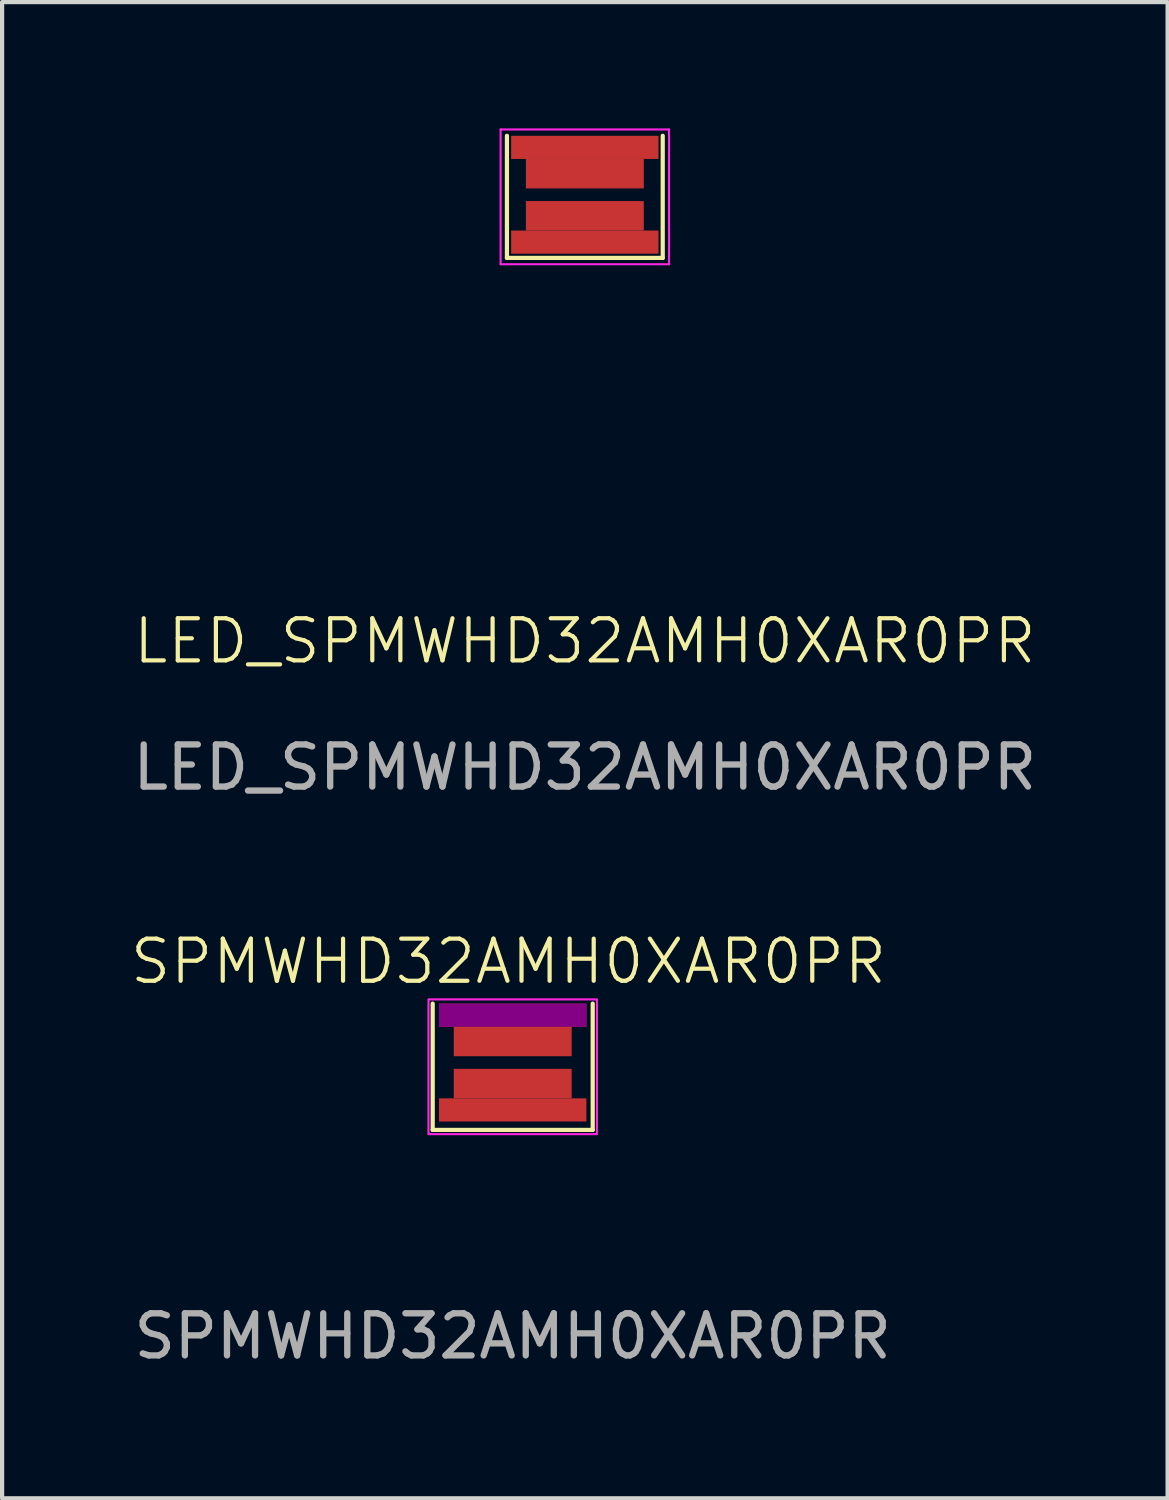
<source format=kicad_pcb>
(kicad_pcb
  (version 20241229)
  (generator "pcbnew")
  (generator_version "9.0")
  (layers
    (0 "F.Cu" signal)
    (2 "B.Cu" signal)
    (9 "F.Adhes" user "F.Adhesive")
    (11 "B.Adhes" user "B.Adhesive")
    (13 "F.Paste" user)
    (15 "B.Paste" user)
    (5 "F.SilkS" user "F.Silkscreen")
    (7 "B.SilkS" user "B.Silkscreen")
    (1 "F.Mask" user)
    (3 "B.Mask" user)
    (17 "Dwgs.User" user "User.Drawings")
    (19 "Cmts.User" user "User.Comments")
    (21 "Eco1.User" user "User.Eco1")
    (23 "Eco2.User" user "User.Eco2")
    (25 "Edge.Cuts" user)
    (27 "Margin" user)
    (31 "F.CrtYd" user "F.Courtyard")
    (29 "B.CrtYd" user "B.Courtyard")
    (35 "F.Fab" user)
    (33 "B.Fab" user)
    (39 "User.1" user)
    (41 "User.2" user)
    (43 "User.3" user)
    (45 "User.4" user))
  (footprint "LED_SPMWHD32AMH0XAR0PR"
    (layer "F.Cu")
    (at 10.839 1.575)
    (property "Reference" "LED_SPMWHD32AMH0XAR0PR" (at 0 10.6 0) (unlocked yes) (layer "F.SilkS") (effects (font (size 1 1) (thickness 0.1))))
    (attr smd)
    (fp_line (start -1.85 -1.4) (end -1.85 1.5) (stroke (width 0.1) (type default)) (layer "F.SilkS"))
    (fp_line (start -1.85 1.5) (end 1.85 1.5) (stroke (width 0.1) (type default)) (layer "F.SilkS"))
    (fp_line (start 1.85 1.5) (end 1.85 -1.4) (stroke (width 0.1) (type default)) (layer "F.SilkS"))
    (fp_line (start -2 -1.55) (end 2 -1.55) (stroke (width 0.05) (type default)) (layer "F.CrtYd"))
    (fp_line (start -2 1.65) (end -2 -1.55) (stroke (width 0.05) (type default)) (layer "F.CrtYd"))
    (fp_line (start 2 -1.55) (end 2 1.65) (stroke (width 0.05) (type default)) (layer "F.CrtYd"))
    (fp_line (start 2 1.65) (end -2 1.65) (stroke (width 0.05) (type default)) (layer "F.CrtYd"))
    (fp_text user "${REFERENCE}" (at 0 13.6 0) (unlocked yes) (layer "F.Fab") (effects (font (size 1 1) (thickness 0.15))))
    (pad "1" smd rect (at 0 -1.125) (size 3.5 0.55) (layers "F.Cu" "F.Mask" "F.Paste"))
    (pad "1" smd rect (at 0 -0.5) (size 2.8 0.7) (layers "F.Cu" "F.Mask" "F.Paste"))
    (pad "2" smd rect (at 0 0.5) (size 2.8 0.7) (layers "F.Cu" "F.Mask" "F.Paste"))
    (pad "2" smd rect (at 0 1.125) (size 3.5 0.55) (layers "F.Cu" "F.Mask" "F.Paste")))
  (footprint "SPMWHD32AMH0XAR0PR"
    (layer "F.Cu")
    (at 9.126 22.184)
    (property "Reference" "SPMWHD32AMH0XAR0PR" (at -0.1 -2.4 0) (unlocked yes) (layer "F.SilkS") (effects (font (size 1 1) (thickness 0.1))))
    (attr smd)
    (fp_line (start -1.9 -1.4) (end -1.9 1.6) (stroke (width 0.1) (type default)) (layer "F.SilkS"))
    (fp_line (start -1.9 1.6) (end 1.9 1.6) (stroke (width 0.1) (type default)) (layer "F.SilkS"))
    (fp_line (start 1.9 1.6) (end 1.9 -1.4) (stroke (width 0.1) (type default)) (layer "F.SilkS"))
    (fp_rect (start -2 -1.5) (end 2 1.7) (stroke (width 0.05) (type default)) (fill no) (layer "F.CrtYd"))
    (fp_text user "${REFERENCE}" (at 0 6.5 0) (unlocked yes) (layer "F.Fab") (effects (font (size 1 1) (thickness 0.15))))
    (pad "1" smd rect (at 0 0.5) (size 2.8 0.7) (layers "F.Cu" "F.Mask" "F.Paste"))
    (pad "1" smd rect (at 0 1.125) (size 3.5 0.55) (layers "F.Cu" "F.Mask" "F.Paste"))
    (pad "2" smd rect (at 0 -1.125) (size 3.5 0.55) (layers "F.Cu" "F.Mask" "F.Adhes" "F.Paste"))
    (pad "2" smd rect (at 0 -0.5) (size 2.8 0.7) (layers "F.Cu" "F.Mask" "B.Adhes" "F.Paste")))
  (gr_rect
    (start -3 -3)
    (end 24.679 32.532)
    (stroke (width 0.1) (type default))
    (fill no)
    (layer "Edge.Cuts")))
</source>
